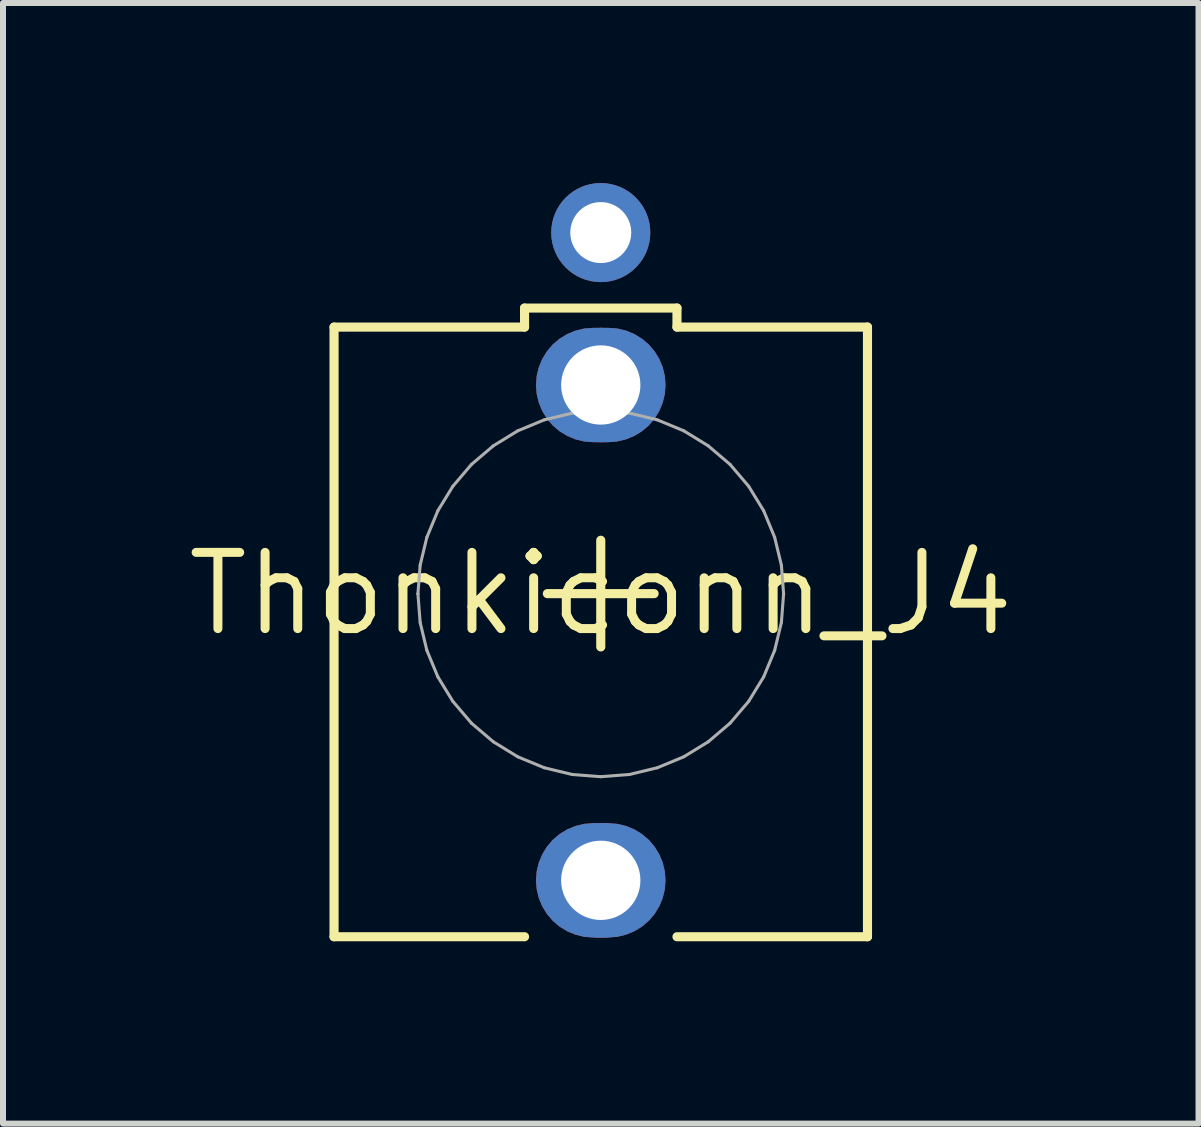
<source format=kicad_pcb>
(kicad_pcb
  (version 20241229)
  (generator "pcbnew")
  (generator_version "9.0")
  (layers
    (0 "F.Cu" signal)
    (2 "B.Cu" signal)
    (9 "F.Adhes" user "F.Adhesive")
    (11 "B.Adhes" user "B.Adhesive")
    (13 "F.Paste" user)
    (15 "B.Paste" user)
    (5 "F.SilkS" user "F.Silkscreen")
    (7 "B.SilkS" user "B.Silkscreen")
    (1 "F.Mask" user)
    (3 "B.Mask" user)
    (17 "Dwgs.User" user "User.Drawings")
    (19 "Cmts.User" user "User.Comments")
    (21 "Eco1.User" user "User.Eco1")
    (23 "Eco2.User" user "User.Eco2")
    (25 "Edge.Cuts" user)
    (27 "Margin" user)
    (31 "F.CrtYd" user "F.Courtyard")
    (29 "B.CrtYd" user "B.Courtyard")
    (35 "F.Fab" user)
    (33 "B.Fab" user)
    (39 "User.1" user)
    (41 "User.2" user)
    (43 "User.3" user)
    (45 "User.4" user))
  (footprint "Thonkiconn_J4"
    (layer "F.Cu")
    (at 6.962 6.846)
    (property "Reference" "Thonkiconn_J4" (at 0 0 0) (layer "F.SilkS") (effects (font (size 1.27 1.27) (thickness 0.15))))
    (fp_poly (pts (xy 0.276 -4.421) (xy 0.421 -4.386) (xy 0.559 -4.329) (xy 0.687 -4.251) (xy 0.801 -4.154) (xy 0.898 -4.04) (xy 0.976 -3.912) (xy 1.033 -3.774) (xy 1.068 -3.629) (xy 1.079 -3.48) (xy 1.068 -3.331) (xy 1.033 -3.186) (xy 0.976 -3.048) (xy 0.898 -2.92) (xy 0.801 -2.806) (xy 0.687 -2.709) (xy 0.559 -2.631) (xy 0.421 -2.574) (xy 0.276 -2.539) (xy 0.127 -2.527) (xy -0.127 -2.527) (xy -0.276 -2.539) (xy -0.421 -2.574) (xy -0.559 -2.631) (xy -0.687 -2.709) (xy -0.801 -2.806) (xy -0.898 -2.92) (xy -0.976 -3.048) (xy -1.033 -3.186) (xy -1.068 -3.331) (xy -1.079 -3.48) (xy -1.068 -3.629) (xy -1.033 -3.774) (xy -0.976 -3.912) (xy -0.898 -4.04) (xy -0.801 -4.154) (xy -0.687 -4.251) (xy -0.559 -4.329) (xy -0.421 -4.386) (xy -0.276 -4.421) (xy -0.127 -4.432) (xy 0.127 -4.432)) (stroke (width 0) (type default)) (fill yes) (layer "F.Cu"))
    (fp_poly (pts (xy 0.276 3.834) (xy 0.421 3.869) (xy 0.559 3.926) (xy 0.687 4.004) (xy 0.801 4.101) (xy 0.898 4.215) (xy 0.976 4.343) (xy 1.033 4.481) (xy 1.068 4.626) (xy 1.079 4.775) (xy 1.068 4.924) (xy 1.033 5.069) (xy 0.976 5.207) (xy 0.898 5.335) (xy 0.801 5.449) (xy 0.687 5.546) (xy 0.559 5.624) (xy 0.421 5.681) (xy 0.276 5.716) (xy 0.127 5.728) (xy -0.127 5.728) (xy -0.276 5.716) (xy -0.421 5.681) (xy -0.559 5.624) (xy -0.687 5.546) (xy -0.801 5.449) (xy -0.898 5.335) (xy -0.976 5.207) (xy -1.033 5.069) (xy -1.068 4.924) (xy -1.079 4.775) (xy -1.068 4.626) (xy -1.033 4.481) (xy -0.976 4.343) (xy -0.898 4.215) (xy -0.801 4.101) (xy -0.687 4.004) (xy -0.559 3.926) (xy -0.421 3.869) (xy -0.276 3.834) (xy -0.127 3.823) (xy 0.127 3.823)) (stroke (width 0) (type default)) (fill yes) (layer "F.Cu"))
    (fp_poly (pts (xy 0.292 -4.522) (xy 0.453 -4.483) (xy 0.606 -4.42) (xy 0.748 -4.334) (xy 0.873 -4.226) (xy 0.981 -4.1) (xy 1.067 -3.958) (xy 1.131 -3.806) (xy 1.169 -3.645) (xy 1.182 -3.48) (xy 1.169 -3.315) (xy 1.131 -3.154) (xy 1.067 -3.001) (xy 0.981 -2.859) (xy 0.873 -2.733) (xy 0.748 -2.626) (xy 0.606 -2.54) (xy 0.453 -2.476) (xy 0.292 -2.438) (xy 0.127 -2.425) (xy -0.127 -2.425) (xy -0.292 -2.438) (xy -0.453 -2.476) (xy -0.606 -2.54) (xy -0.748 -2.626) (xy -0.873 -2.733) (xy -0.981 -2.859) (xy -1.067 -3.001) (xy -1.131 -3.154) (xy -1.169 -3.315) (xy -1.182 -3.48) (xy -1.169 -3.645) (xy -1.131 -3.806) (xy -1.067 -3.958) (xy -0.981 -4.1) (xy -0.873 -4.226) (xy -0.748 -4.334) (xy -0.606 -4.42) (xy -0.453 -4.483) (xy -0.292 -4.522) (xy -0.127 -4.535) (xy 0.127 -4.535)) (stroke (width 0) (type default)) (fill yes) (layer "F.Mask"))
    (fp_poly (pts (xy 0.292 3.733) (xy 0.453 3.772) (xy 0.606 3.835) (xy 0.748 3.921) (xy 0.873 4.029) (xy 0.981 4.155) (xy 1.067 4.297) (xy 1.131 4.449) (xy 1.169 4.61) (xy 1.182 4.775) (xy 1.169 4.94) (xy 1.131 5.101) (xy 1.067 5.254) (xy 0.981 5.396) (xy 0.873 5.522) (xy 0.748 5.629) (xy 0.606 5.715) (xy 0.453 5.779) (xy 0.292 5.817) (xy 0.127 5.83) (xy -0.127 5.83) (xy -0.292 5.817) (xy -0.453 5.779) (xy -0.606 5.715) (xy -0.748 5.629) (xy -0.873 5.522) (xy -0.981 5.396) (xy -1.067 5.254) (xy -1.131 5.101) (xy -1.169 4.94) (xy -1.182 4.775) (xy -1.169 4.61) (xy -1.131 4.449) (xy -1.067 4.297) (xy -0.981 4.155) (xy -0.873 4.029) (xy -0.748 3.921) (xy -0.606 3.835) (xy -0.453 3.772) (xy -0.292 3.733) (xy -0.127 3.72) (xy 0.127 3.72)) (stroke (width 0) (type default)) (fill yes) (layer "F.Mask"))
    (fp_poly (pts (xy 0.276 -4.421) (xy 0.421 -4.386) (xy 0.559 -4.329) (xy 0.687 -4.251) (xy 0.801 -4.154) (xy 0.898 -4.04) (xy 0.976 -3.912) (xy 1.033 -3.774) (xy 1.068 -3.629) (xy 1.079 -3.48) (xy 1.068 -3.331) (xy 1.033 -3.186) (xy 0.976 -3.048) (xy 0.898 -2.92) (xy 0.801 -2.806) (xy 0.687 -2.709) (xy 0.559 -2.631) (xy 0.421 -2.574) (xy 0.276 -2.539) (xy 0.127 -2.527) (xy -0.127 -2.527) (xy -0.276 -2.539) (xy -0.421 -2.574) (xy -0.559 -2.631) (xy -0.687 -2.709) (xy -0.801 -2.806) (xy -0.898 -2.92) (xy -0.976 -3.048) (xy -1.033 -3.186) (xy -1.068 -3.331) (xy -1.079 -3.48) (xy -1.068 -3.629) (xy -1.033 -3.774) (xy -0.976 -3.912) (xy -0.898 -4.04) (xy -0.801 -4.154) (xy -0.687 -4.251) (xy -0.559 -4.329) (xy -0.421 -4.386) (xy -0.276 -4.421) (xy -0.127 -4.432) (xy 0.127 -4.432)) (stroke (width 0) (type default)) (fill yes) (layer "B.Cu"))
    (fp_poly (pts (xy 0.276 3.834) (xy 0.421 3.869) (xy 0.559 3.926) (xy 0.687 4.004) (xy 0.801 4.101) (xy 0.898 4.215) (xy 0.976 4.343) (xy 1.033 4.481) (xy 1.068 4.626) (xy 1.079 4.775) (xy 1.068 4.924) (xy 1.033 5.069) (xy 0.976 5.207) (xy 0.898 5.335) (xy 0.801 5.449) (xy 0.687 5.546) (xy 0.559 5.624) (xy 0.421 5.681) (xy 0.276 5.716) (xy 0.127 5.728) (xy -0.127 5.728) (xy -0.276 5.716) (xy -0.421 5.681) (xy -0.559 5.624) (xy -0.687 5.546) (xy -0.801 5.449) (xy -0.898 5.335) (xy -0.976 5.207) (xy -1.033 5.069) (xy -1.068 4.924) (xy -1.079 4.775) (xy -1.068 4.626) (xy -1.033 4.481) (xy -0.976 4.343) (xy -0.898 4.215) (xy -0.801 4.101) (xy -0.687 4.004) (xy -0.559 3.926) (xy -0.421 3.869) (xy -0.276 3.834) (xy -0.127 3.823) (xy 0.127 3.823)) (stroke (width 0) (type default)) (fill yes) (layer "B.Cu"))
    (fp_poly (pts (xy 0.292 -4.522) (xy 0.453 -4.483) (xy 0.606 -4.42) (xy 0.748 -4.334) (xy 0.873 -4.226) (xy 0.981 -4.1) (xy 1.067 -3.958) (xy 1.131 -3.806) (xy 1.169 -3.645) (xy 1.182 -3.48) (xy 1.169 -3.315) (xy 1.131 -3.154) (xy 1.067 -3.001) (xy 0.981 -2.859) (xy 0.873 -2.733) (xy 0.748 -2.626) (xy 0.606 -2.54) (xy 0.453 -2.476) (xy 0.292 -2.438) (xy 0.127 -2.425) (xy -0.127 -2.425) (xy -0.292 -2.438) (xy -0.453 -2.476) (xy -0.606 -2.54) (xy -0.748 -2.626) (xy -0.873 -2.733) (xy -0.981 -2.859) (xy -1.067 -3.001) (xy -1.131 -3.154) (xy -1.169 -3.315) (xy -1.182 -3.48) (xy -1.169 -3.645) (xy -1.131 -3.806) (xy -1.067 -3.958) (xy -0.981 -4.1) (xy -0.873 -4.226) (xy -0.748 -4.334) (xy -0.606 -4.42) (xy -0.453 -4.483) (xy -0.292 -4.522) (xy -0.127 -4.535) (xy 0.127 -4.535)) (stroke (width 0) (type default)) (fill yes) (layer "B.Mask"))
    (fp_poly (pts (xy 0.292 3.733) (xy 0.453 3.772) (xy 0.606 3.835) (xy 0.748 3.921) (xy 0.873 4.029) (xy 0.981 4.155) (xy 1.067 4.297) (xy 1.131 4.449) (xy 1.169 4.61) (xy 1.182 4.775) (xy 1.169 4.94) (xy 1.131 5.101) (xy 1.067 5.254) (xy 0.981 5.396) (xy 0.873 5.522) (xy 0.748 5.629) (xy 0.606 5.715) (xy 0.453 5.779) (xy 0.292 5.817) (xy 0.127 5.83) (xy -0.127 5.83) (xy -0.292 5.817) (xy -0.453 5.779) (xy -0.606 5.715) (xy -0.748 5.629) (xy -0.873 5.522) (xy -0.981 5.396) (xy -1.067 5.254) (xy -1.131 5.101) (xy -1.169 4.94) (xy -1.182 4.775) (xy -1.169 4.61) (xy -1.131 4.449) (xy -1.067 4.297) (xy -0.981 4.155) (xy -0.873 4.029) (xy -0.748 3.921) (xy -0.606 3.835) (xy -0.453 3.772) (xy -0.292 3.733) (xy -0.127 3.72) (xy 0.127 3.72)) (stroke (width 0) (type default)) (fill yes) (layer "B.Mask"))
    (fp_line (start -4.445 -4.445) (end -4.445 5.715) (stroke (width 0.152) (type solid)) (layer "F.SilkS"))
    (fp_line (start -1.27 -4.762) (end 1.27 -4.762) (stroke (width 0.152) (type solid)) (layer "F.SilkS"))
    (fp_line (start -1.27 -4.445) (end -4.445 -4.445) (stroke (width 0.152) (type solid)) (layer "F.SilkS"))
    (fp_line (start -1.27 -4.445) (end -1.27 -4.762) (stroke (width 0.152) (type solid)) (layer "F.SilkS"))
    (fp_line (start -1.27 5.715) (end -4.445 5.715) (stroke (width 0.152) (type solid)) (layer "F.SilkS"))
    (fp_line (start -0.89 -0.003) (end 0.889 -0.003) (stroke (width 0.152) (type solid)) (layer "F.SilkS"))
    (fp_line (start 0 0.885) (end 0 -0.892) (stroke (width 0.152) (type solid)) (layer "F.SilkS"))
    (fp_line (start 1.27 -4.762) (end 1.27 -4.445) (stroke (width 0.152) (type solid)) (layer "F.SilkS"))
    (fp_line (start 1.27 -4.445) (end 4.445 -4.445) (stroke (width 0.152) (type solid)) (layer "F.SilkS"))
    (fp_line (start 1.27 5.715) (end 4.445 5.715) (stroke (width 0.152) (type solid)) (layer "F.SilkS"))
    (fp_line (start 4.445 5.715) (end 4.445 -4.445) (stroke (width 0.152) (type solid)) (layer "F.SilkS"))
    (fp_line (start -3.047 -0.001) (end -3.047 0.001) (stroke (width 0.051) (type solid)) (layer "F.Fab"))
    (fp_line (start -3.047 0.001) (end -3.01 0.478) (stroke (width 0.051) (type solid)) (layer "F.Fab"))
    (fp_line (start -3.01 -0.477) (end -3.047 -0.001) (stroke (width 0.051) (type solid)) (layer "F.Fab"))
    (fp_line (start -3.01 0.478) (end -2.898 0.943) (stroke (width 0.051) (type solid)) (layer "F.Fab"))
    (fp_line (start -2.898 -0.942) (end -3.01 -0.477) (stroke (width 0.051) (type solid)) (layer "F.Fab"))
    (fp_line (start -2.898 0.943) (end -2.715 1.384) (stroke (width 0.051) (type solid)) (layer "F.Fab"))
    (fp_line (start -2.715 -1.384) (end -2.898 -0.942) (stroke (width 0.051) (type solid)) (layer "F.Fab"))
    (fp_line (start -2.715 1.384) (end -2.465 1.792) (stroke (width 0.051) (type solid)) (layer "F.Fab"))
    (fp_line (start -2.465 -1.792) (end -2.715 -1.384) (stroke (width 0.051) (type solid)) (layer "F.Fab"))
    (fp_line (start -2.465 1.792) (end -2.155 2.156) (stroke (width 0.051) (type solid)) (layer "F.Fab"))
    (fp_line (start -2.155 -2.156) (end -2.465 -1.792) (stroke (width 0.051) (type solid)) (layer "F.Fab"))
    (fp_line (start -2.155 2.156) (end -1.791 2.466) (stroke (width 0.051) (type solid)) (layer "F.Fab"))
    (fp_line (start -1.791 -2.466) (end -2.155 -2.156) (stroke (width 0.051) (type solid)) (layer "F.Fab"))
    (fp_line (start -1.791 2.466) (end -1.384 2.716) (stroke (width 0.051) (type solid)) (layer "F.Fab"))
    (fp_line (start -1.384 -2.716) (end -1.791 -2.466) (stroke (width 0.051) (type solid)) (layer "F.Fab"))
    (fp_line (start -1.384 2.716) (end -0.942 2.899) (stroke (width 0.051) (type solid)) (layer "F.Fab"))
    (fp_line (start -0.942 -2.899) (end -1.384 -2.716) (stroke (width 0.051) (type solid)) (layer "F.Fab"))
    (fp_line (start -0.942 2.899) (end -0.477 3.011) (stroke (width 0.051) (type solid)) (layer "F.Fab"))
    (fp_line (start -0.477 -3.011) (end -0.942 -2.899) (stroke (width 0.051) (type solid)) (layer "F.Fab"))
    (fp_line (start -0.477 3.011) (end 0 3.048) (stroke (width 0.051) (type solid)) (layer "F.Fab"))
    (fp_line (start 0 -3.048) (end -0.477 -3.011) (stroke (width 0.051) (type solid)) (layer "F.Fab"))
    (fp_line (start 0 3.048) (end 0.477 3.011) (stroke (width 0.051) (type solid)) (layer "F.Fab"))
    (fp_line (start 0.477 -3.011) (end 0 -3.048) (stroke (width 0.051) (type solid)) (layer "F.Fab"))
    (fp_line (start 0.477 3.011) (end 0.942 2.899) (stroke (width 0.051) (type solid)) (layer "F.Fab"))
    (fp_line (start 0.942 -2.899) (end 0.477 -3.011) (stroke (width 0.051) (type solid)) (layer "F.Fab"))
    (fp_line (start 0.942 2.899) (end 1.384 2.716) (stroke (width 0.051) (type solid)) (layer "F.Fab"))
    (fp_line (start 1.384 -2.716) (end 0.942 -2.899) (stroke (width 0.051) (type solid)) (layer "F.Fab"))
    (fp_line (start 1.384 2.716) (end 1.791 2.466) (stroke (width 0.051) (type solid)) (layer "F.Fab"))
    (fp_line (start 1.791 -2.466) (end 1.384 -2.716) (stroke (width 0.051) (type solid)) (layer "F.Fab"))
    (fp_line (start 1.791 2.466) (end 2.155 2.156) (stroke (width 0.051) (type solid)) (layer "F.Fab"))
    (fp_line (start 2.155 -2.156) (end 1.791 -2.466) (stroke (width 0.051) (type solid)) (layer "F.Fab"))
    (fp_line (start 2.155 2.156) (end 2.465 1.792) (stroke (width 0.051) (type solid)) (layer "F.Fab"))
    (fp_line (start 2.465 -1.792) (end 2.155 -2.156) (stroke (width 0.051) (type solid)) (layer "F.Fab"))
    (fp_line (start 2.465 1.792) (end 2.715 1.384) (stroke (width 0.051) (type solid)) (layer "F.Fab"))
    (fp_line (start 2.715 -1.384) (end 2.465 -1.792) (stroke (width 0.051) (type solid)) (layer "F.Fab"))
    (fp_line (start 2.715 1.384) (end 2.898 0.943) (stroke (width 0.051) (type solid)) (layer "F.Fab"))
    (fp_line (start 2.898 -0.942) (end 2.715 -1.384) (stroke (width 0.051) (type solid)) (layer "F.Fab"))
    (fp_line (start 2.898 0.943) (end 3.01 0.478) (stroke (width 0.051) (type solid)) (layer "F.Fab"))
    (fp_line (start 3.01 -0.477) (end 2.898 -0.942) (stroke (width 0.051) (type solid)) (layer "F.Fab"))
    (fp_line (start 3.01 0.478) (end 3.047 0.001) (stroke (width 0.051) (type solid)) (layer "F.Fab"))
    (fp_line (start 3.047 -0.001) (end 3.01 -0.477) (stroke (width 0.051) (type solid)) (layer "F.Fab"))
    (fp_line (start 3.047 0.001) (end 3.047 -0.001) (stroke (width 0.051) (type solid)) (layer "F.Fab"))
    (pad "1" thru_hole circle (at 0 -3.48) (size 1.905 1.905) (drill 1.321) (layers "*.Cu"))
    (pad "2" thru_hole circle (at 0 4.775) (size 1.905 1.905) (drill 1.321) (layers "*.Cu"))
    (pad "3" thru_hole circle (at 0 -6.02) (size 1.651 1.651) (drill 1.016) (layers "*.Cu" "*.Mask"))
    (zone (net_name "") (layer "F.Cu") (hatch edge 0.5) (connect_pads) (min_thickness 0.25) (filled_areas_thickness no) (keepout (tracks not_allowed) (vias not_allowed) (pads not_allowed) (copperpour not_allowed) (footprints allowed)) (placement (enabled no)) (fill) (polygon (pts (xy 8.204 6.845) (xy 8.184 6.623) (xy 8.125 6.408) (xy 8.028 6.207) (xy 7.897 6.027) (xy 7.736 5.873) (xy 7.551 5.751) (xy 7.346 5.663) (xy 7.129 5.614) (xy 6.906 5.604) (xy 6.686 5.634) (xy 6.474 5.702) (xy 6.278 5.808) (xy 6.104 5.947) (xy 5.957 6.114) (xy 5.843 6.306) (xy 5.765 6.514) (xy 5.725 6.733) (xy 5.725 6.956) (xy 5.765 7.175) (xy 5.843 7.383) (xy 5.957 7.575) (xy 6.104 7.742) (xy 6.278 7.881) (xy 6.474 7.987) (xy 6.686 8.055) (xy 6.906 8.085) (xy 7.129 8.075) (xy 7.346 8.026) (xy 7.551 7.938) (xy 7.736 7.816) (xy 7.897 7.662) (xy 8.028 7.482) (xy 8.125 7.281) (xy 8.184 7.066))) (polygon (pts (xy 7.954 6.845) (xy 7.934 6.645) (xy 7.874 6.453) (xy 7.776 6.278) (xy 7.646 6.126) (xy 7.487 6.003) (xy 7.307 5.914) (xy 7.112 5.864) (xy 6.912 5.854) (xy 6.713 5.884) (xy 6.525 5.954) (xy 6.355 6.06) (xy 6.209 6.198) (xy 6.095 6.363) (xy 6.016 6.548) (xy 5.975 6.744) (xy 5.975 6.945) (xy 6.016 7.141) (xy 6.095 7.326) (xy 6.209 7.491) (xy 6.355 7.629) (xy 6.525 7.735) (xy 6.713 7.805) (xy 6.912 7.835) (xy 7.112 7.825) (xy 7.307 7.775) (xy 7.487 7.686) (xy 7.646 7.563) (xy 7.776 7.411) (xy 7.874 7.236) (xy 7.934 7.044)))))
  (gr_rect
    (start -3 -3)
    (end 16.924 15.675)
    (stroke (width 0.1) (type default))
    (fill no)
    (layer "Edge.Cuts")))
</source>
